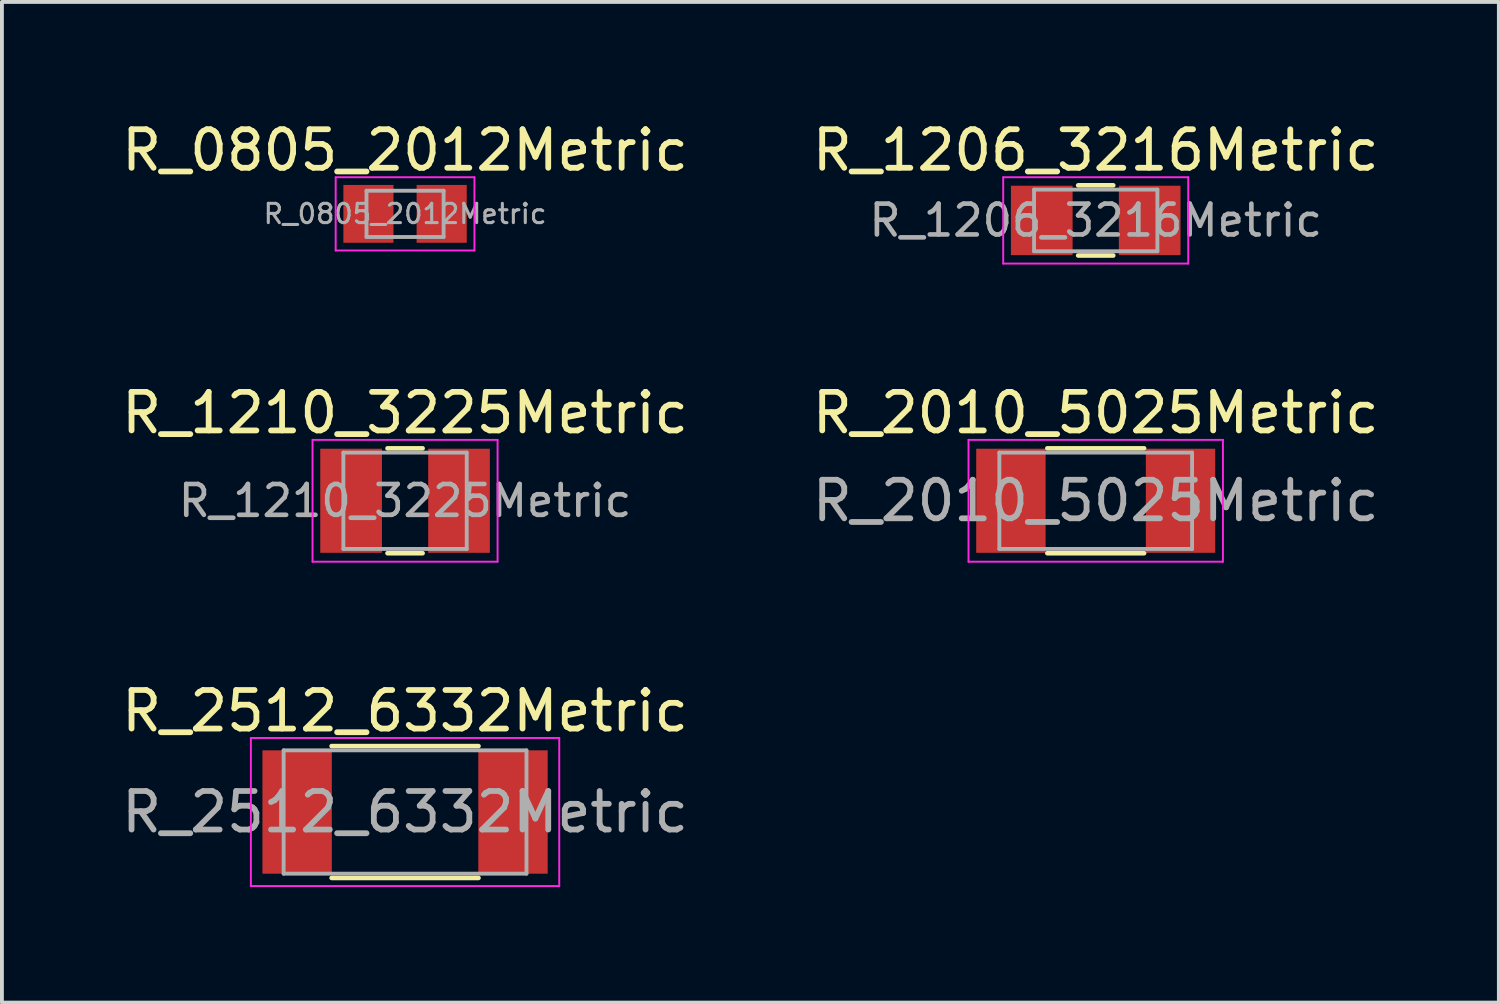
<source format=kicad_pcb>
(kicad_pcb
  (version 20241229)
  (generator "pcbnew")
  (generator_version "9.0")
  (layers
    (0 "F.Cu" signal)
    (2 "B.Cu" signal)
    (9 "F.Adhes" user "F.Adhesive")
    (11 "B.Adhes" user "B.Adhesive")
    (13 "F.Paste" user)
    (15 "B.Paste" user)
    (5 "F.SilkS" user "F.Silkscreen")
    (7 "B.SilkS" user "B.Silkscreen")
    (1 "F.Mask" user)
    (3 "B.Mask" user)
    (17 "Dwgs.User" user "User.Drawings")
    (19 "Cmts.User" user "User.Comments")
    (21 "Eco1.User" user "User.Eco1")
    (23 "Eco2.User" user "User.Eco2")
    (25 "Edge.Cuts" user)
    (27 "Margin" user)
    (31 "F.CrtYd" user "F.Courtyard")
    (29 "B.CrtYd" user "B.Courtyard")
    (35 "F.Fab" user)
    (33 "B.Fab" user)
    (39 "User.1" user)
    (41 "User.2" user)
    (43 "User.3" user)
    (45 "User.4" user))
  (footprint "R_2512_6332Metric"
    (layer "F.Cu")
    (at 7.458 18.015)
    (property "Reference" "R_2512_6332Metric" (at 0 -2.62 0) (layer "F.SilkS") (effects (font (size 1 1) (thickness 0.15))))
    (attr smd)
    (fp_line (start -1.905 -1.71) (end 1.905 -1.71) (stroke (width 0.12) (type solid)) (layer "F.SilkS"))
    (fp_line (start -1.905 1.71) (end 1.905 1.71) (stroke (width 0.12) (type solid)) (layer "F.SilkS"))
    (fp_line (start -4 -1.92) (end 4 -1.92) (stroke (width 0.05) (type solid)) (layer "F.CrtYd"))
    (fp_line (start -4 1.92) (end -4 -1.92) (stroke (width 0.05) (type solid)) (layer "F.CrtYd"))
    (fp_line (start 4 -1.92) (end 4 1.92) (stroke (width 0.05) (type solid)) (layer "F.CrtYd"))
    (fp_line (start 4 1.92) (end -4 1.92) (stroke (width 0.05) (type solid)) (layer "F.CrtYd"))
    (fp_line (start -3.15 -1.6) (end 3.15 -1.6) (stroke (width 0.1) (type solid)) (layer "F.Fab"))
    (fp_line (start -3.15 1.6) (end -3.15 -1.6) (stroke (width 0.1) (type solid)) (layer "F.Fab"))
    (fp_line (start 3.15 -1.6) (end 3.15 1.6) (stroke (width 0.1) (type solid)) (layer "F.Fab"))
    (fp_line (start 3.15 1.6) (end -3.15 1.6) (stroke (width 0.1) (type solid)) (layer "F.Fab"))
    (fp_text user "${REFERENCE}" (at 0 0 0) (layer "F.Fab") (effects (font (size 1 1) (thickness 0.15))))
    (pad "1" smd rect (at -2.8 0) (size 1.8 3.2) (layers "F.Cu" "F.Mask" "F.Paste"))
    (pad "2" smd rect (at 2.8 0) (size 1.8 3.2) (layers "F.Cu" "F.Mask" "F.Paste")))
  (footprint "R_0805_2012Metric"
    (layer "F.Cu")
    (at 7.458 2.498)
    (property "Reference" "R_0805_2012Metric" (at 0 -1.65 0) (layer "F.SilkS") (effects (font (size 1 1) (thickness 0.15))))
    (attr smd)
    (fp_line (start -1.8 -0.95) (end 1.8 -0.95) (stroke (width 0.05) (type solid)) (layer "F.CrtYd"))
    (fp_line (start -1.8 0.95) (end -1.8 -0.95) (stroke (width 0.05) (type solid)) (layer "F.CrtYd"))
    (fp_line (start 1.8 -0.95) (end 1.8 0.95) (stroke (width 0.05) (type solid)) (layer "F.CrtYd"))
    (fp_line (start 1.8 0.95) (end -1.8 0.95) (stroke (width 0.05) (type solid)) (layer "F.CrtYd"))
    (fp_line (start -1 -0.6) (end 1 -0.6) (stroke (width 0.1) (type solid)) (layer "F.Fab"))
    (fp_line (start -1 0.6) (end -1 -0.6) (stroke (width 0.1) (type solid)) (layer "F.Fab"))
    (fp_line (start 1 -0.6) (end 1 0.6) (stroke (width 0.1) (type solid)) (layer "F.Fab"))
    (fp_line (start 1 0.6) (end -1 0.6) (stroke (width 0.1) (type solid)) (layer "F.Fab"))
    (fp_text user "${REFERENCE}" (at 0 0 0) (layer "F.Fab") (effects (font (size 0.5 0.5) (thickness 0.08))))
    (pad "1" smd rect (at -0.95 0) (size 1.3 1.5) (layers "F.Cu" "F.Mask" "F.Paste"))
    (pad "2" smd rect (at 0.95 0) (size 1.3 1.5) (layers "F.Cu" "F.Mask" "F.Paste")))
  (footprint "R_2010_5025Metric"
    (layer "F.Cu")
    (at 25.375 9.941)
    (property "Reference" "R_2010_5025Metric" (at 0 -2.28 0) (layer "F.SilkS") (effects (font (size 1 1) (thickness 0.15))))
    (attr smd)
    (fp_line (start -1.255 -1.36) (end 1.255 -1.36) (stroke (width 0.12) (type solid)) (layer "F.SilkS"))
    (fp_line (start -1.255 1.36) (end 1.255 1.36) (stroke (width 0.12) (type solid)) (layer "F.SilkS"))
    (fp_line (start -3.3 -1.58) (end 3.3 -1.58) (stroke (width 0.05) (type solid)) (layer "F.CrtYd"))
    (fp_line (start -3.3 1.58) (end -3.3 -1.58) (stroke (width 0.05) (type solid)) (layer "F.CrtYd"))
    (fp_line (start 3.3 -1.58) (end 3.3 1.58) (stroke (width 0.05) (type solid)) (layer "F.CrtYd"))
    (fp_line (start 3.3 1.58) (end -3.3 1.58) (stroke (width 0.05) (type solid)) (layer "F.CrtYd"))
    (fp_line (start -2.5 -1.25) (end 2.5 -1.25) (stroke (width 0.1) (type solid)) (layer "F.Fab"))
    (fp_line (start -2.5 1.25) (end -2.5 -1.25) (stroke (width 0.1) (type solid)) (layer "F.Fab"))
    (fp_line (start 2.5 -1.25) (end 2.5 1.25) (stroke (width 0.1) (type solid)) (layer "F.Fab"))
    (fp_line (start 2.5 1.25) (end -2.5 1.25) (stroke (width 0.1) (type solid)) (layer "F.Fab"))
    (fp_text user "${REFERENCE}" (at 0 0 0) (layer "F.Fab") (effects (font (size 1 1) (thickness 0.15))))
    (pad "1" smd rect (at -2.2 0) (size 1.8 2.7) (layers "F.Cu" "F.Mask" "F.Paste"))
    (pad "2" smd rect (at 2.2 0) (size 1.8 2.7) (layers "F.Cu" "F.Mask" "F.Paste")))
  (footprint "R_1206_3216Metric"
    (layer "F.Cu")
    (at 25.375 2.668)
    (property "Reference" "R_1206_3216Metric" (at 0 -1.82 0) (layer "F.SilkS") (effects (font (size 1 1) (thickness 0.15))))
    (attr smd)
    (fp_line (start -0.455 -0.91) (end 0.455 -0.91) (stroke (width 0.12) (type solid)) (layer "F.SilkS"))
    (fp_line (start -0.455 0.91) (end 0.455 0.91) (stroke (width 0.12) (type solid)) (layer "F.SilkS"))
    (fp_line (start -2.4 -1.12) (end 2.4 -1.12) (stroke (width 0.05) (type solid)) (layer "F.CrtYd"))
    (fp_line (start -2.4 1.12) (end -2.4 -1.12) (stroke (width 0.05) (type solid)) (layer "F.CrtYd"))
    (fp_line (start 2.4 -1.12) (end 2.4 1.12) (stroke (width 0.05) (type solid)) (layer "F.CrtYd"))
    (fp_line (start 2.4 1.12) (end -2.4 1.12) (stroke (width 0.05) (type solid)) (layer "F.CrtYd"))
    (fp_line (start -1.6 -0.8) (end 1.6 -0.8) (stroke (width 0.1) (type solid)) (layer "F.Fab"))
    (fp_line (start -1.6 0.8) (end -1.6 -0.8) (stroke (width 0.1) (type solid)) (layer "F.Fab"))
    (fp_line (start 1.6 -0.8) (end 1.6 0.8) (stroke (width 0.1) (type solid)) (layer "F.Fab"))
    (fp_line (start 1.6 0.8) (end -1.6 0.8) (stroke (width 0.1) (type solid)) (layer "F.Fab"))
    (fp_text user "${REFERENCE}" (at 0 0 0) (layer "F.Fab") (effects (font (size 0.8 0.8) (thickness 0.12))))
    (pad "1" smd rect (at -1.4 0) (size 1.6 1.8) (layers "F.Cu" "F.Mask" "F.Paste"))
    (pad "2" smd rect (at 1.4 0) (size 1.6 1.8) (layers "F.Cu" "F.Mask" "F.Paste")))
  (footprint "R_1210_3225Metric"
    (layer "F.Cu")
    (at 7.458 9.941)
    (property "Reference" "R_1210_3225Metric" (at 0 -2.28 0) (layer "F.SilkS") (effects (font (size 1 1) (thickness 0.15))))
    (attr smd)
    (fp_line (start -0.455 -1.36) (end 0.455 -1.36) (stroke (width 0.12) (type solid)) (layer "F.SilkS"))
    (fp_line (start -0.455 1.36) (end 0.455 1.36) (stroke (width 0.12) (type solid)) (layer "F.SilkS"))
    (fp_line (start -2.4 -1.58) (end 2.4 -1.58) (stroke (width 0.05) (type solid)) (layer "F.CrtYd"))
    (fp_line (start -2.4 1.58) (end -2.4 -1.58) (stroke (width 0.05) (type solid)) (layer "F.CrtYd"))
    (fp_line (start 2.4 -1.58) (end 2.4 1.58) (stroke (width 0.05) (type solid)) (layer "F.CrtYd"))
    (fp_line (start 2.4 1.58) (end -2.4 1.58) (stroke (width 0.05) (type solid)) (layer "F.CrtYd"))
    (fp_line (start -1.6 -1.25) (end 1.6 -1.25) (stroke (width 0.1) (type solid)) (layer "F.Fab"))
    (fp_line (start -1.6 1.25) (end -1.6 -1.25) (stroke (width 0.1) (type solid)) (layer "F.Fab"))
    (fp_line (start 1.6 -1.25) (end 1.6 1.25) (stroke (width 0.1) (type solid)) (layer "F.Fab"))
    (fp_line (start 1.6 1.25) (end -1.6 1.25) (stroke (width 0.1) (type solid)) (layer "F.Fab"))
    (fp_text user "${REFERENCE}" (at 0 0 0) (layer "F.Fab") (effects (font (size 0.8 0.8) (thickness 0.12))))
    (pad "1" smd rect (at -1.4 0) (size 1.6 2.7) (layers "F.Cu" "F.Mask" "F.Paste"))
    (pad "2" smd rect (at 1.4 0) (size 1.6 2.7) (layers "F.Cu" "F.Mask" "F.Paste")))
  (gr_rect
    (start -3 -3)
    (end 35.833 22.96)
    (stroke (width 0.1) (type default))
    (fill no)
    (layer "Edge.Cuts")))
</source>
